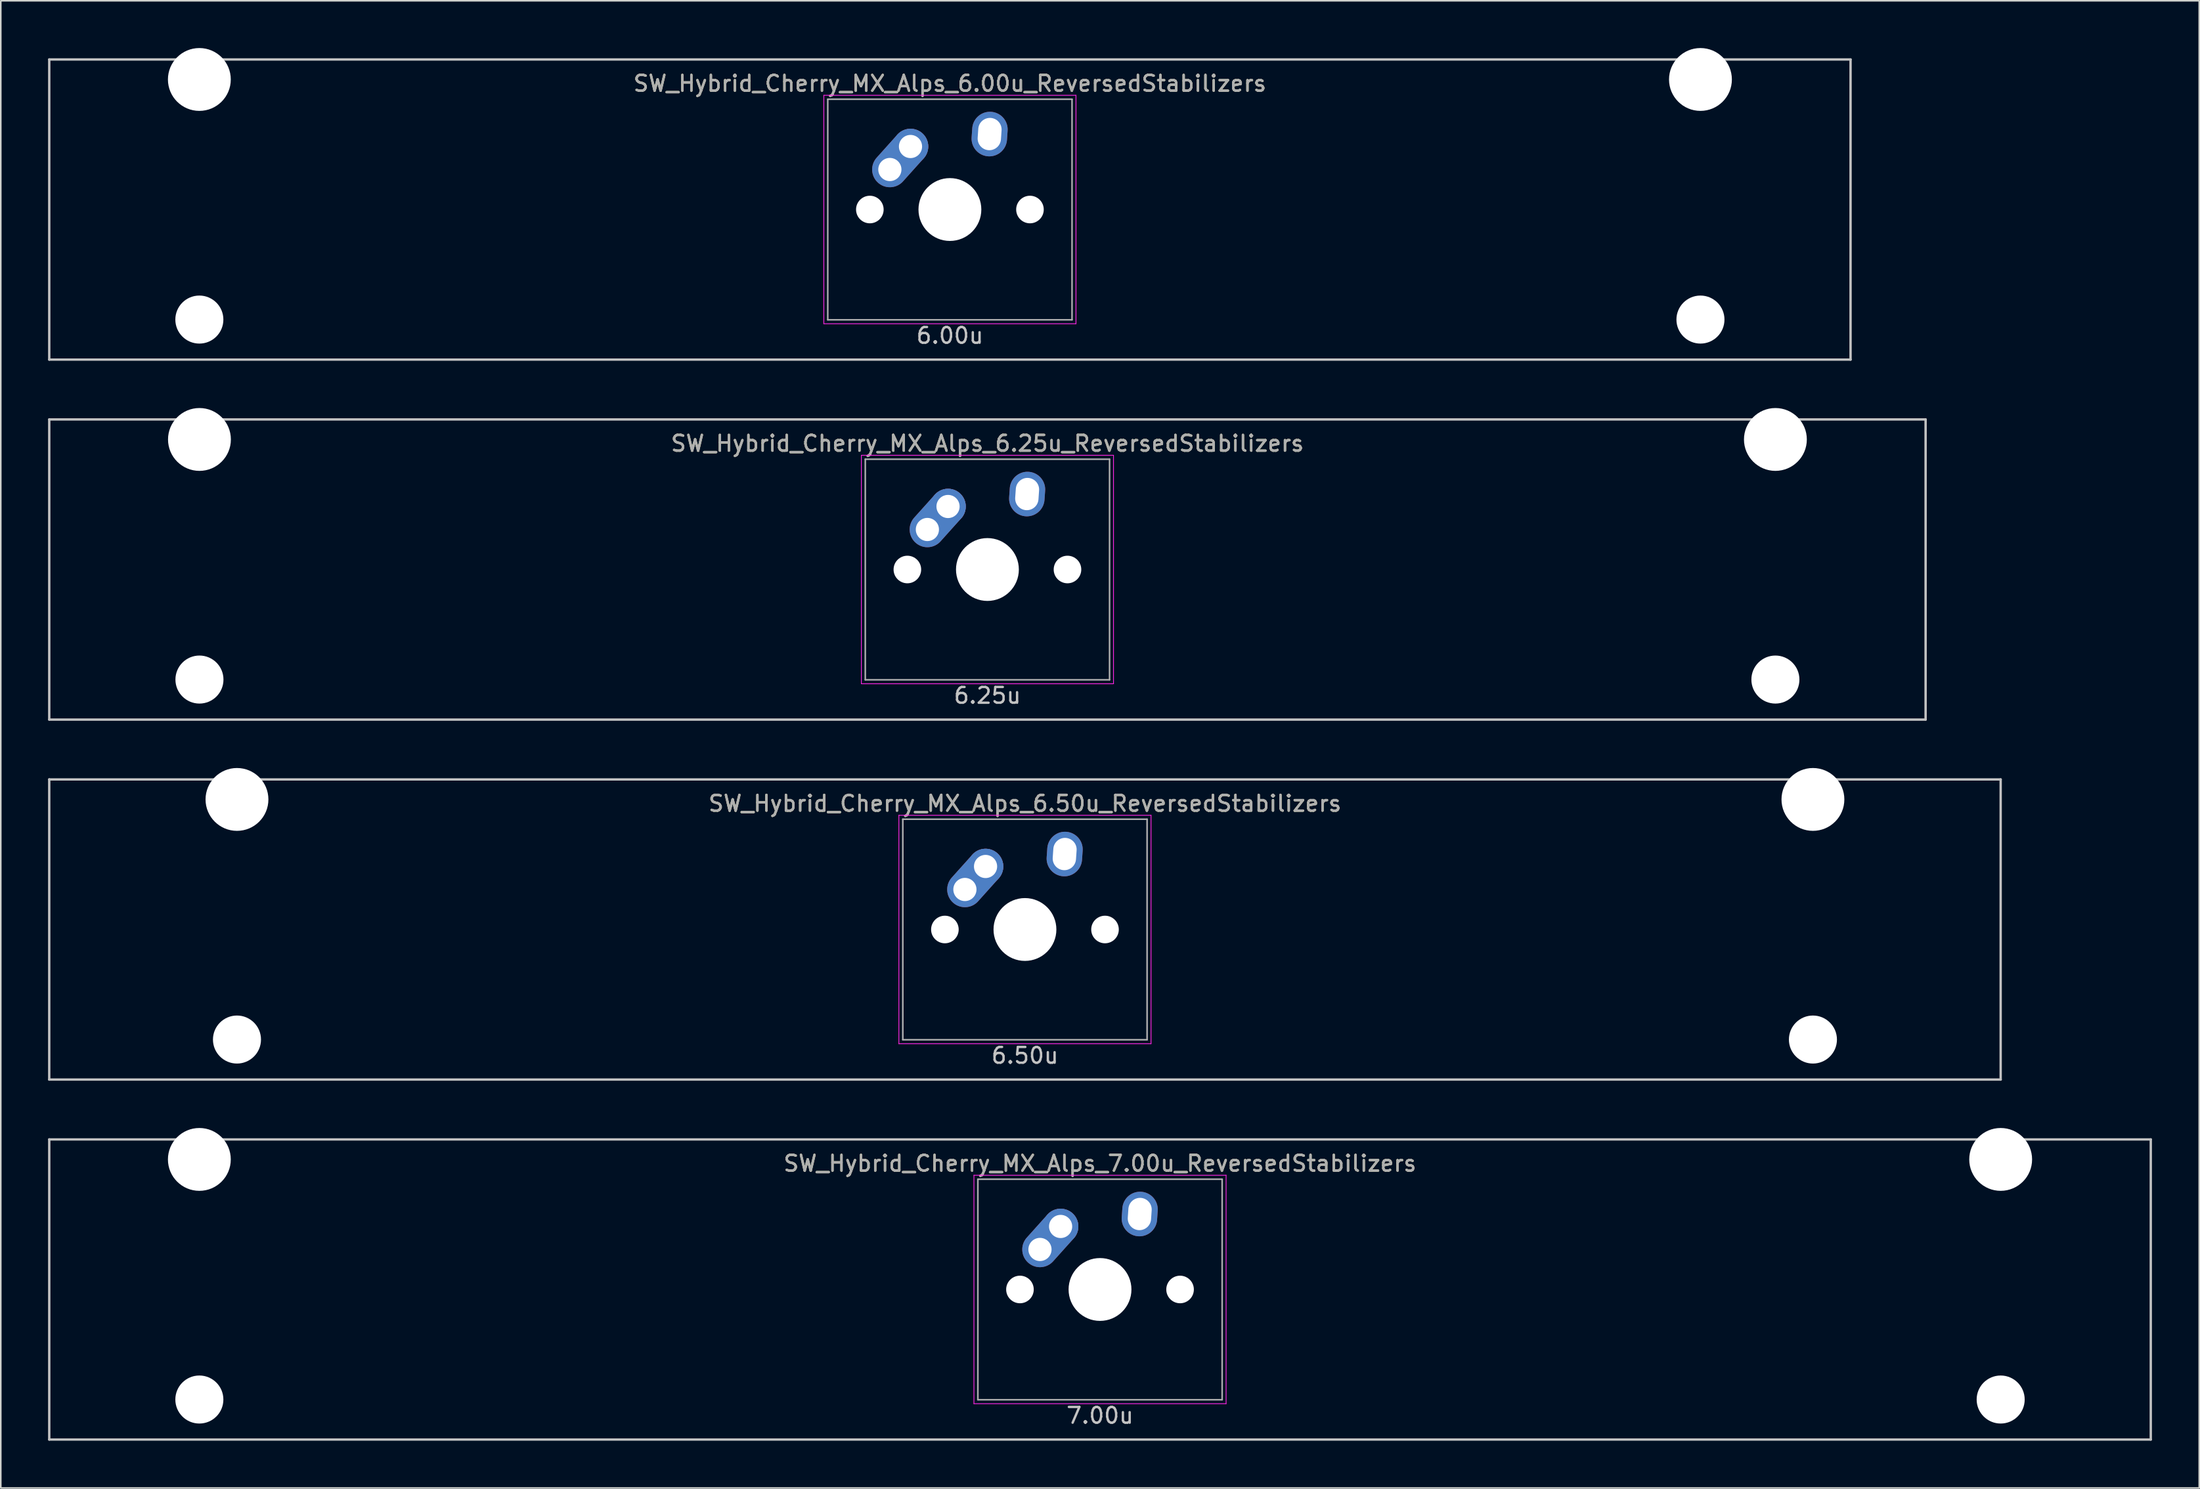
<source format=kicad_pcb>
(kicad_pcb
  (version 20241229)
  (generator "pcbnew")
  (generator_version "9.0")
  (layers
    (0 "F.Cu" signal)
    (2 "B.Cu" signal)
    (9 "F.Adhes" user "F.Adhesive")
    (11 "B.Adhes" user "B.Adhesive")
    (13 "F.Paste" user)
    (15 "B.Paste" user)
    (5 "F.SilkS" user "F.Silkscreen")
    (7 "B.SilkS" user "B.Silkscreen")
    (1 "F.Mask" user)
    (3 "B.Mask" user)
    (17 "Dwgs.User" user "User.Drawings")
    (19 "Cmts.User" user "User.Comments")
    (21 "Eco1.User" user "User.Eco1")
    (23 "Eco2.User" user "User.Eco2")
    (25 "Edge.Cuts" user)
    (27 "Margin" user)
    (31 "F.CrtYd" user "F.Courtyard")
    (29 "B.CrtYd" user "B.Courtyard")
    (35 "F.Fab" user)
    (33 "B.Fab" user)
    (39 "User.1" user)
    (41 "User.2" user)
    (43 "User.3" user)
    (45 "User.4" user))
  (footprint "SW_Hybrid_Cherry_MX_Alps_6.25u_ReversedStabilizers"
    (layer "F.Cu")
    (at 59.606 33.098)
    (property "Reference" "SW_Hybrid_Cherry_MX_Alps_6.25u_ReversedStabilizers" (at 0 -8 0) (layer "F.SilkS") (effects (font (size 1 1) (thickness 0.15))))
    (attr through_hole)
    (fp_line (start -59.531 -9.525) (end 59.531 -9.525) (stroke (width 0.15) (type solid)) (layer "Dwgs.User"))
    (fp_line (start -59.531 9.525) (end -59.531 -9.525) (stroke (width 0.15) (type solid)) (layer "Dwgs.User"))
    (fp_line (start -59.531 9.525) (end 59.531 9.525) (stroke (width 0.15) (type solid)) (layer "Dwgs.User"))
    (fp_line (start 59.531 -9.525) (end 59.531 9.525) (stroke (width 0.15) (type solid)) (layer "Dwgs.User"))
    (fp_line (start -8 -7.25) (end 8 -7.25) (stroke (width 0.05) (type solid)) (layer "F.CrtYd"))
    (fp_line (start -8 7.25) (end -8 -7.25) (stroke (width 0.05) (type solid)) (layer "F.CrtYd"))
    (fp_line (start 8 -7.25) (end 8 7.25) (stroke (width 0.05) (type solid)) (layer "F.CrtYd"))
    (fp_line (start 8 7.25) (end -8 7.25) (stroke (width 0.05) (type solid)) (layer "F.CrtYd"))
    (fp_line (start -7.75 -7) (end 7.75 -7) (stroke (width 0.1) (type solid)) (layer "F.Fab"))
    (fp_line (start -7.75 7) (end -7.75 -7) (stroke (width 0.1) (type solid)) (layer "F.Fab"))
    (fp_line (start 7.75 -7) (end 7.75 7) (stroke (width 0.1) (type solid)) (layer "F.Fab"))
    (fp_line (start 7.75 7) (end -7.75 7) (stroke (width 0.1) (type solid)) (layer "F.Fab"))
    (fp_text user "6.25u" (at 0 8 0) (layer "Dwgs.User") (effects (font (size 1 1) (thickness 0.15))))
    (fp_text user "${REFERENCE}" (at 0 -8 0) (layer "F.Fab") (effects (font (size 1 1) (thickness 0.15))))
    (pad "" np_thru_hole circle (at -50 -8.255) (size 3.988 3.988) (drill 3.988) (layers "*.Cu" "*.Mask"))
    (pad "" np_thru_hole circle (at -50 6.985) (size 3.048 3.048) (drill 3.048) (layers "*.Cu" "*.Mask"))
    (pad "" np_thru_hole circle (at -5.08 0 48.1) (size 1.75 1.75) (drill 1.75) (layers "*.Cu" "*.Mask"))
    (pad "" np_thru_hole circle (at 0 0) (size 3.988 3.988) (drill 3.988) (layers "*.Cu" "*.Mask"))
    (pad "" np_thru_hole circle (at 5.08 0 48.1) (size 1.75 1.75) (drill 1.75) (layers "*.Cu" "*.Mask"))
    (pad "" np_thru_hole circle (at 50 -8.255) (size 3.988 3.988) (drill 3.988) (layers "*.Cu" "*.Mask"))
    (pad "" np_thru_hole circle (at 50 6.985) (size 3.048 3.048) (drill 3.048) (layers "*.Cu" "*.Mask"))
    (pad "1" thru_hole oval (at -3.81 -2.54 48.1) (size 4.212 2.25) (drill 1.47 (offset 0.981 0)) (layers "*.Cu" "B.Mask"))
    (pad "1" thru_hole circle (at -2.5 -4) (size 2.25 2.25) (drill 1.47) (layers "*.Cu" "B.Mask"))
    (pad "2" thru_hole oval (at 2.52 -4.79 86) (size 2.831 2.25) (drill oval 2.051 1.48) (layers "*.Cu" "B.Mask")))
  (footprint "SW_Hybrid_Cherry_MX_Alps_6.50u_ReversedStabilizers"
    (layer "F.Cu")
    (at 61.987 55.947)
    (property "Reference" "SW_Hybrid_Cherry_MX_Alps_6.50u_ReversedStabilizers" (at 0 -8 0) (layer "F.SilkS") (effects (font (size 1 1) (thickness 0.15))))
    (attr through_hole)
    (fp_line (start -61.913 -9.525) (end 61.913 -9.525) (stroke (width 0.15) (type solid)) (layer "Dwgs.User"))
    (fp_line (start -61.913 9.525) (end -61.913 -9.525) (stroke (width 0.15) (type solid)) (layer "Dwgs.User"))
    (fp_line (start -61.913 9.525) (end 61.913 9.525) (stroke (width 0.15) (type solid)) (layer "Dwgs.User"))
    (fp_line (start 61.913 -9.525) (end 61.913 9.525) (stroke (width 0.15) (type solid)) (layer "Dwgs.User"))
    (fp_line (start -8 -7.25) (end 8 -7.25) (stroke (width 0.05) (type solid)) (layer "F.CrtYd"))
    (fp_line (start -8 7.25) (end -8 -7.25) (stroke (width 0.05) (type solid)) (layer "F.CrtYd"))
    (fp_line (start 8 -7.25) (end 8 7.25) (stroke (width 0.05) (type solid)) (layer "F.CrtYd"))
    (fp_line (start 8 7.25) (end -8 7.25) (stroke (width 0.05) (type solid)) (layer "F.CrtYd"))
    (fp_line (start -7.75 -7) (end 7.75 -7) (stroke (width 0.1) (type solid)) (layer "F.Fab"))
    (fp_line (start -7.75 7) (end -7.75 -7) (stroke (width 0.1) (type solid)) (layer "F.Fab"))
    (fp_line (start 7.75 -7) (end 7.75 7) (stroke (width 0.1) (type solid)) (layer "F.Fab"))
    (fp_line (start 7.75 7) (end -7.75 7) (stroke (width 0.1) (type solid)) (layer "F.Fab"))
    (fp_text user "6.50u" (at 0 8 0) (layer "Dwgs.User") (effects (font (size 1 1) (thickness 0.15))))
    (fp_text user "${REFERENCE}" (at 0 -8 0) (layer "F.Fab") (effects (font (size 1 1) (thickness 0.15))))
    (pad "" np_thru_hole circle (at -50 -8.255) (size 3.988 3.988) (drill 3.988) (layers "*.Cu" "*.Mask"))
    (pad "" np_thru_hole circle (at -50 6.985) (size 3.048 3.048) (drill 3.048) (layers "*.Cu" "*.Mask"))
    (pad "" np_thru_hole circle (at -5.08 0 48.1) (size 1.75 1.75) (drill 1.75) (layers "*.Cu" "*.Mask"))
    (pad "" np_thru_hole circle (at 0 0) (size 3.988 3.988) (drill 3.988) (layers "*.Cu" "*.Mask"))
    (pad "" np_thru_hole circle (at 5.08 0 48.1) (size 1.75 1.75) (drill 1.75) (layers "*.Cu" "*.Mask"))
    (pad "" np_thru_hole circle (at 50 -8.255) (size 3.988 3.988) (drill 3.988) (layers "*.Cu" "*.Mask"))
    (pad "" np_thru_hole circle (at 50 6.985) (size 3.048 3.048) (drill 3.048) (layers "*.Cu" "*.Mask"))
    (pad "1" thru_hole oval (at -3.81 -2.54 48.1) (size 4.212 2.25) (drill 1.47 (offset 0.981 0)) (layers "*.Cu" "B.Mask"))
    (pad "1" thru_hole circle (at -2.5 -4) (size 2.25 2.25) (drill 1.47) (layers "*.Cu" "B.Mask"))
    (pad "2" thru_hole oval (at 2.52 -4.79 86) (size 2.831 2.25) (drill oval 2.051 1.48) (layers "*.Cu" "B.Mask")))
  (footprint "SW_Hybrid_Cherry_MX_Alps_7.00u_ReversedStabilizers"
    (layer "F.Cu")
    (at 66.75 78.796)
    (property "Reference" "SW_Hybrid_Cherry_MX_Alps_7.00u_ReversedStabilizers" (at 0 -8 0) (layer "F.SilkS") (effects (font (size 1 1) (thickness 0.15))))
    (attr through_hole)
    (fp_line (start -66.675 -9.525) (end 66.675 -9.525) (stroke (width 0.15) (type solid)) (layer "Dwgs.User"))
    (fp_line (start -66.675 9.525) (end -66.675 -9.525) (stroke (width 0.15) (type solid)) (layer "Dwgs.User"))
    (fp_line (start -66.675 9.525) (end 66.675 9.525) (stroke (width 0.15) (type solid)) (layer "Dwgs.User"))
    (fp_line (start 66.675 -9.525) (end 66.675 9.525) (stroke (width 0.15) (type solid)) (layer "Dwgs.User"))
    (fp_line (start -8 -7.25) (end 8 -7.25) (stroke (width 0.05) (type solid)) (layer "F.CrtYd"))
    (fp_line (start -8 7.25) (end -8 -7.25) (stroke (width 0.05) (type solid)) (layer "F.CrtYd"))
    (fp_line (start 8 -7.25) (end 8 7.25) (stroke (width 0.05) (type solid)) (layer "F.CrtYd"))
    (fp_line (start 8 7.25) (end -8 7.25) (stroke (width 0.05) (type solid)) (layer "F.CrtYd"))
    (fp_line (start -7.75 -7) (end 7.75 -7) (stroke (width 0.1) (type solid)) (layer "F.Fab"))
    (fp_line (start -7.75 7) (end -7.75 -7) (stroke (width 0.1) (type solid)) (layer "F.Fab"))
    (fp_line (start 7.75 -7) (end 7.75 7) (stroke (width 0.1) (type solid)) (layer "F.Fab"))
    (fp_line (start 7.75 7) (end -7.75 7) (stroke (width 0.1) (type solid)) (layer "F.Fab"))
    (fp_text user "7.00u" (at 0 8 0) (layer "Dwgs.User") (effects (font (size 1 1) (thickness 0.15))))
    (fp_text user "${REFERENCE}" (at 0 -8 0) (layer "F.Fab") (effects (font (size 1 1) (thickness 0.15))))
    (pad "" np_thru_hole circle (at -57.15 -8.255) (size 3.988 3.988) (drill 3.988) (layers "*.Cu" "*.Mask"))
    (pad "" np_thru_hole circle (at -57.15 6.985) (size 3.048 3.048) (drill 3.048) (layers "*.Cu" "*.Mask"))
    (pad "" np_thru_hole circle (at -5.08 0 48.1) (size 1.75 1.75) (drill 1.75) (layers "*.Cu" "*.Mask"))
    (pad "" np_thru_hole circle (at 0 0) (size 3.988 3.988) (drill 3.988) (layers "*.Cu" "*.Mask"))
    (pad "" np_thru_hole circle (at 5.08 0 48.1) (size 1.75 1.75) (drill 1.75) (layers "*.Cu" "*.Mask"))
    (pad "" np_thru_hole circle (at 57.15 -8.255) (size 3.988 3.988) (drill 3.988) (layers "*.Cu" "*.Mask"))
    (pad "" np_thru_hole circle (at 57.15 6.985) (size 3.048 3.048) (drill 3.048) (layers "*.Cu" "*.Mask"))
    (pad "1" thru_hole oval (at -3.81 -2.54 48.1) (size 4.212 2.25) (drill 1.47 (offset 0.981 0)) (layers "*.Cu" "B.Mask"))
    (pad "1" thru_hole circle (at -2.5 -4) (size 2.25 2.25) (drill 1.47) (layers "*.Cu" "B.Mask"))
    (pad "2" thru_hole oval (at 2.52 -4.79 86) (size 2.831 2.25) (drill oval 2.051 1.48) (layers "*.Cu" "B.Mask")))
  (footprint "SW_Hybrid_Cherry_MX_Alps_6.00u_ReversedStabilizers"
    (layer "F.Cu")
    (at 57.225 10.249)
    (property "Reference" "SW_Hybrid_Cherry_MX_Alps_6.00u_ReversedStabilizers" (at 0 -8 0) (layer "F.SilkS") (effects (font (size 1 1) (thickness 0.15))))
    (attr through_hole)
    (fp_line (start -57.15 -9.525) (end 57.15 -9.525) (stroke (width 0.15) (type solid)) (layer "Dwgs.User"))
    (fp_line (start -57.15 9.525) (end -57.15 -9.525) (stroke (width 0.15) (type solid)) (layer "Dwgs.User"))
    (fp_line (start -57.15 9.525) (end 57.15 9.525) (stroke (width 0.15) (type solid)) (layer "Dwgs.User"))
    (fp_line (start 57.15 -9.525) (end 57.15 9.525) (stroke (width 0.15) (type solid)) (layer "Dwgs.User"))
    (fp_line (start -8 -7.25) (end 8 -7.25) (stroke (width 0.05) (type solid)) (layer "F.CrtYd"))
    (fp_line (start -8 7.25) (end -8 -7.25) (stroke (width 0.05) (type solid)) (layer "F.CrtYd"))
    (fp_line (start 8 -7.25) (end 8 7.25) (stroke (width 0.05) (type solid)) (layer "F.CrtYd"))
    (fp_line (start 8 7.25) (end -8 7.25) (stroke (width 0.05) (type solid)) (layer "F.CrtYd"))
    (fp_line (start -7.75 -7) (end 7.75 -7) (stroke (width 0.1) (type solid)) (layer "F.Fab"))
    (fp_line (start -7.75 7) (end -7.75 -7) (stroke (width 0.1) (type solid)) (layer "F.Fab"))
    (fp_line (start 7.75 -7) (end 7.75 7) (stroke (width 0.1) (type solid)) (layer "F.Fab"))
    (fp_line (start 7.75 7) (end -7.75 7) (stroke (width 0.1) (type solid)) (layer "F.Fab"))
    (fp_text user "6.00u" (at 0 8 0) (layer "Dwgs.User") (effects (font (size 1 1) (thickness 0.15))))
    (fp_text user "${REFERENCE}" (at 0 -8 0) (layer "F.Fab") (effects (font (size 1 1) (thickness 0.15))))
    (pad "" np_thru_hole circle (at -47.625 -8.255) (size 3.988 3.988) (drill 3.988) (layers "*.Cu" "*.Mask"))
    (pad "" np_thru_hole circle (at -47.625 6.985) (size 3.048 3.048) (drill 3.048) (layers "*.Cu" "*.Mask"))
    (pad "" np_thru_hole circle (at -5.08 0 48.1) (size 1.75 1.75) (drill 1.75) (layers "*.Cu" "*.Mask"))
    (pad "" np_thru_hole circle (at 0 0) (size 3.988 3.988) (drill 3.988) (layers "*.Cu" "*.Mask"))
    (pad "" np_thru_hole circle (at 5.08 0 48.1) (size 1.75 1.75) (drill 1.75) (layers "*.Cu" "*.Mask"))
    (pad "" np_thru_hole circle (at 47.625 -8.255) (size 3.988 3.988) (drill 3.988) (layers "*.Cu" "*.Mask"))
    (pad "" np_thru_hole circle (at 47.625 6.985) (size 3.048 3.048) (drill 3.048) (layers "*.Cu" "*.Mask"))
    (pad "1" thru_hole oval (at -3.81 -2.54 48.1) (size 4.212 2.25) (drill 1.47 (offset 0.981 0)) (layers "*.Cu" "B.Mask"))
    (pad "1" thru_hole circle (at -2.5 -4) (size 2.25 2.25) (drill 1.47) (layers "*.Cu" "B.Mask"))
    (pad "2" thru_hole oval (at 2.52 -4.79 86) (size 2.831 2.25) (drill oval 2.051 1.48) (layers "*.Cu" "B.Mask")))
  (gr_rect
    (start -3 -3)
    (end 136.5 91.396)
    (stroke (width 0.1) (type default))
    (fill no)
    (layer "Edge.Cuts")))
</source>
